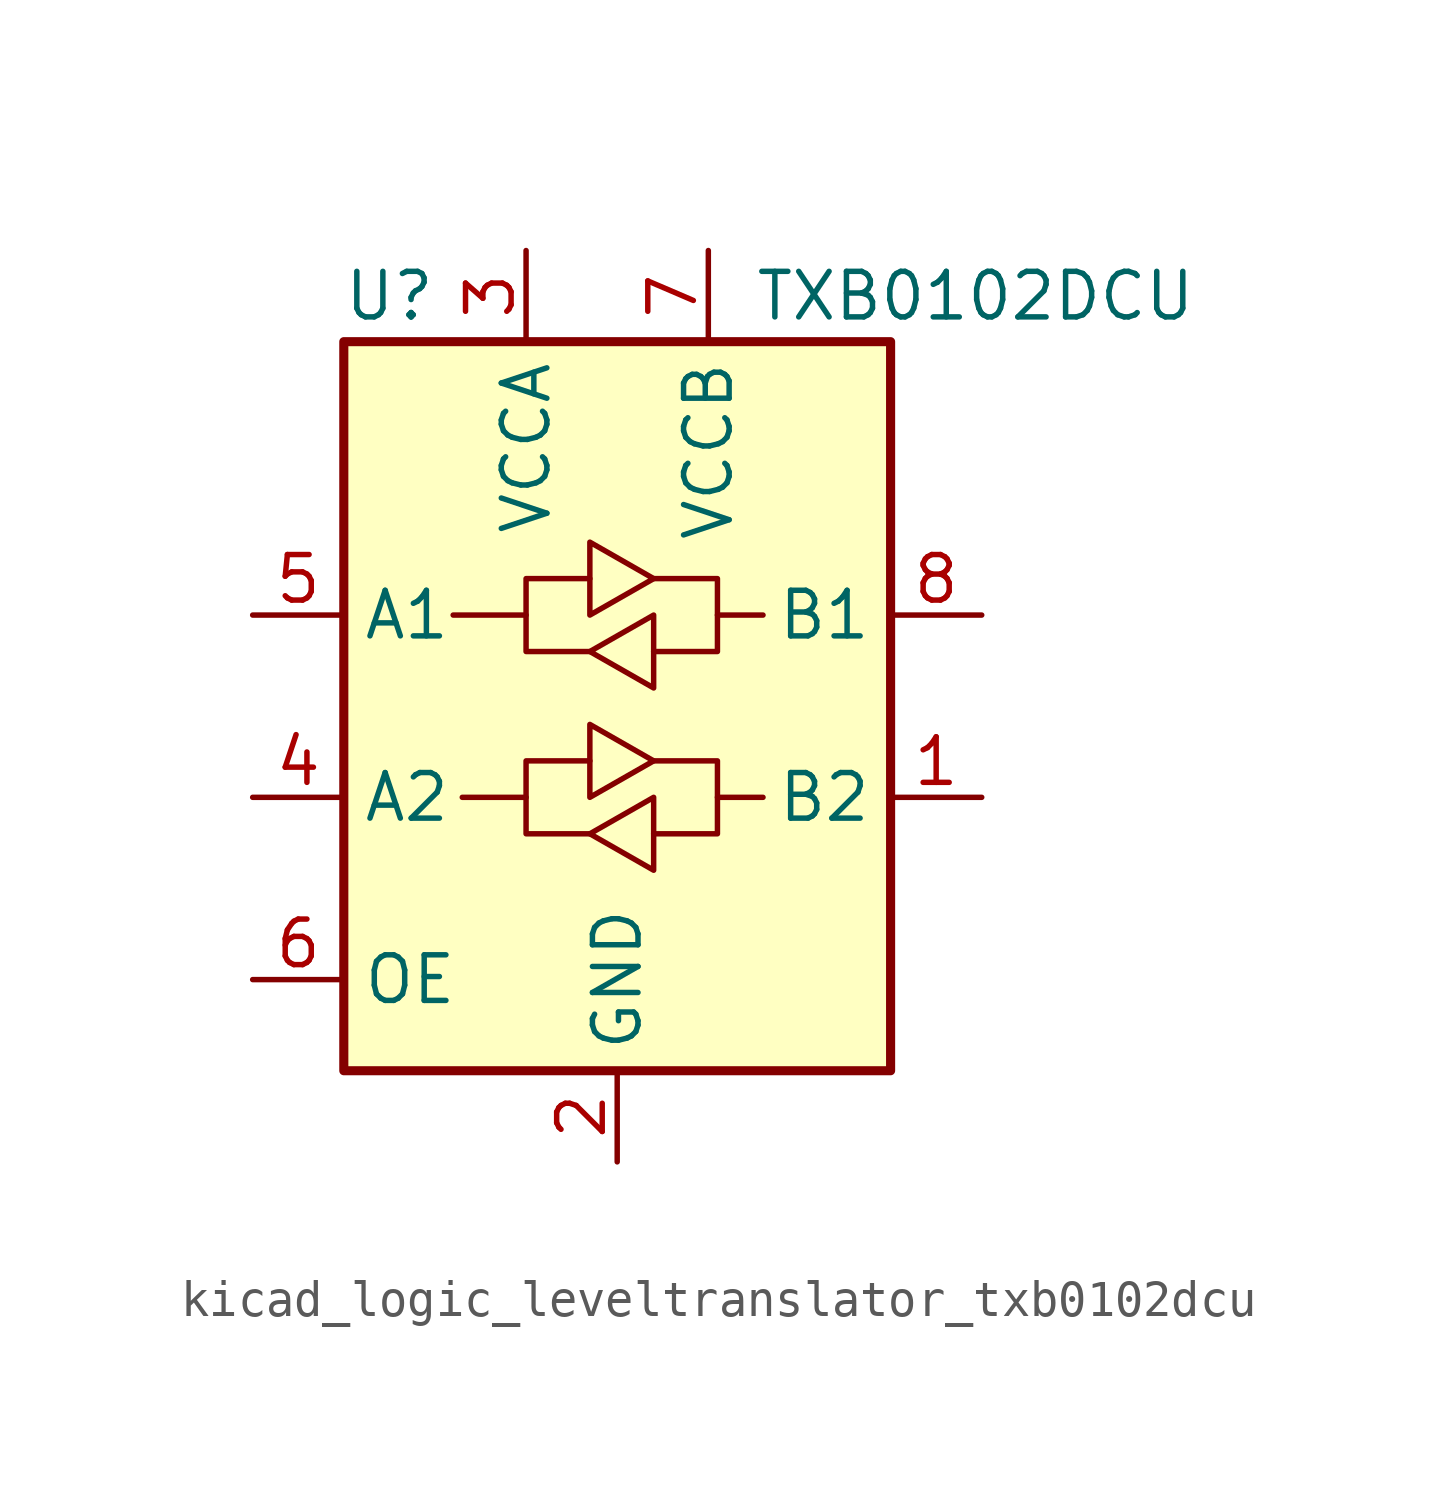
<source format=kicad_sym>
(kicad_symbol_lib
  (version 20220914)
  (generator kicad_symbol_editor)
  (symbol "kicad_logic_leveltranslator_txb0102dcu"
    (property "Reference" "U"
      (at -6.35 11.43 0)
      (effects (font (size 1.27 1.27))))
    (property "Value" "TXB0102DCU"
      (at 3.81 11.43 0)
      (effects (font (size 1.27 1.27)) (justify left)))
    (symbol "kicad_logic_leveltranslator_txb0102dcu_0_1"
      (rectangle (start -7.62 10.16) (end 7.62 -10.16) (stroke (width 0.254) (type default)) (fill (type background)))
      (polyline (pts (xy -2.54 -2.54) (xy -2.54 -1.524) (xy -0.762 -1.524)) (stroke (width 0) (type default)) (fill (type none)))
      (polyline (pts (xy -2.54 2.54) (xy -2.54 3.556) (xy -0.762 3.556)) (stroke (width 0) (type default)) (fill (type none)))
      (polyline (pts (xy 2.794 -2.54) (xy 2.794 -3.556) (xy 1.016 -3.556)) (stroke (width 0) (type default)) (fill (type none)))
      (polyline (pts (xy 2.794 2.54) (xy 2.794 1.524) (xy 1.016 1.524)) (stroke (width 0) (type default)) (fill (type none)))
      (polyline (pts (xy -0.762 -3.556) (xy -2.54 -3.556) (xy -2.54 -2.54) (xy -4.318 -2.54)) (stroke (width 0) (type default)) (fill (type none)))
      (polyline (pts (xy -0.762 -2.54) (xy -0.762 -0.508) (xy 1.016 -1.524) (xy -0.762 -2.54)) (stroke (width 0) (type default)) (fill (type none)))
      (polyline (pts (xy -0.762 1.524) (xy -2.54 1.524) (xy -2.54 2.54) (xy -4.572 2.54)) (stroke (width 0) (type default)) (fill (type none)))
      (polyline (pts (xy -0.762 2.54) (xy -0.762 4.572) (xy 1.016 3.556) (xy -0.762 2.54)) (stroke (width 0) (type default)) (fill (type none)))
      (polyline (pts (xy 1.016 -2.54) (xy 1.016 -4.572) (xy -0.762 -3.556) (xy 1.016 -2.54)) (stroke (width 0) (type default)) (fill (type none)))
      (polyline (pts (xy 1.016 -1.524) (xy 2.794 -1.524) (xy 2.794 -2.54) (xy 4.064 -2.54)) (stroke (width 0) (type default)) (fill (type none)))
      (polyline (pts (xy 1.016 3.556) (xy 2.794 3.556) (xy 2.794 2.54) (xy 4.064 2.54)) (stroke (width 0) (type default)) (fill (type none)))
      (polyline (pts (xy 1.016 2.54) (xy 1.016 0.762) (xy 1.016 0.508) (xy -0.762 1.524) (xy 1.016 2.54)) (stroke (width 0) (type default)) (fill (type none))))
    (symbol "kicad_logic_leveltranslator_txb0102dcu_1_1"
      (pin bidirectional line (at 10.16 -2.54 180) (length 2.54) (name "B2" (effects (font (size 1.27 1.27)))) (number "1" (effects (font (size 1.27 1.27)))))
      (pin power_in line (at 0 -12.7 90) (length 2.54) (name "GND" (effects (font (size 1.27 1.27)))) (number "2" (effects (font (size 1.27 1.27)))))
      (pin power_in line (at -2.54 12.7 270) (length 2.54) (name "VCCA" (effects (font (size 1.27 1.27)))) (number "3" (effects (font (size 1.27 1.27)))))
      (pin bidirectional line (at -10.16 -2.54 0) (length 2.54) (name "A2" (effects (font (size 1.27 1.27)))) (number "4" (effects (font (size 1.27 1.27)))))
      (pin bidirectional line (at -10.16 2.54 0) (length 2.54) (name "A1" (effects (font (size 1.27 1.27)))) (number "5" (effects (font (size 1.27 1.27)))))
      (pin input line (at -10.16 -7.62 0) (length 2.54) (name "OE" (effects (font (size 1.27 1.27)))) (number "6" (effects (font (size 1.27 1.27)))))
      (pin power_in line (at 2.54 12.7 270) (length 2.54) (name "VCCB" (effects (font (size 1.27 1.27)))) (number "7" (effects (font (size 1.27 1.27)))))
      (pin bidirectional line (at 10.16 2.54 180) (length 2.54) (name "B1" (effects (font (size 1.27 1.27)))) (number "8" (effects (font (size 1.27 1.27))))))))
</source>
